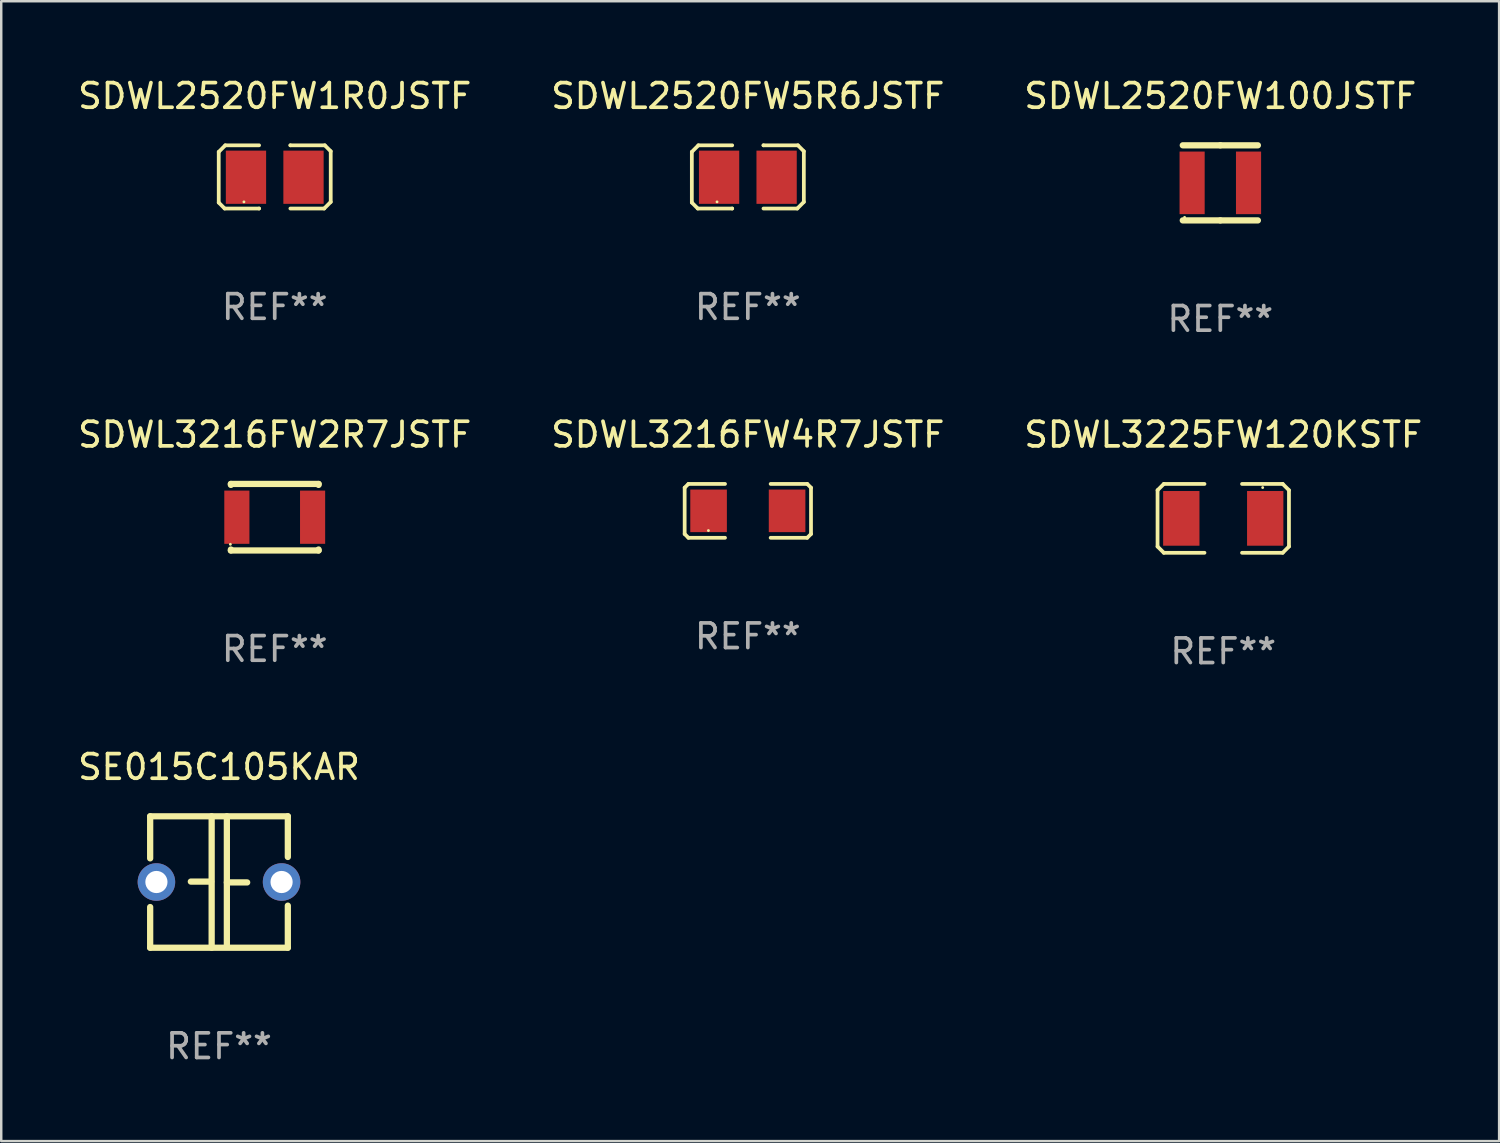
<source format=kicad_pcb>
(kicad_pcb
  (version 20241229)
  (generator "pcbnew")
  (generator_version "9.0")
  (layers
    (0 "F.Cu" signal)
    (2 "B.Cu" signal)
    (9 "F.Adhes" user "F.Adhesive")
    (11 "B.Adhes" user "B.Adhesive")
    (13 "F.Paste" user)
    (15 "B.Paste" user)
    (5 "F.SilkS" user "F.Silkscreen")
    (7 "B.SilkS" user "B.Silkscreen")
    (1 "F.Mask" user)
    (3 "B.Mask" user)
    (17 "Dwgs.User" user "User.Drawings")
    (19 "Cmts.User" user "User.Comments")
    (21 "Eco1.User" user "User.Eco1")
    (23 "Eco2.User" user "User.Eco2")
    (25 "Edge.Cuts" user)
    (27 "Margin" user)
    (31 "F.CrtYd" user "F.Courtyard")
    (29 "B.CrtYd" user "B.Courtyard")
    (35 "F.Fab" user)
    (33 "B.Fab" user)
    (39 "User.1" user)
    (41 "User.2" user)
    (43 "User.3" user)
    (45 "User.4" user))
  (footprint "SDWL2520FW1R0JSTF"
    (layer "F.Cu")
    (at 8.101 4.131)
    (property "Reference" "SDWL2520FW1R0JSTF" (at 0 -3.283 0) (layer "F.SilkS") (effects (font (size 1 1) (thickness 0.15))))
    (attr through_hole)
    (fp_line (start -2.273 -1.016) (end -2.007 -1.283) (stroke (width 0.152) (type solid)) (layer "F.SilkS"))
    (fp_line (start -2.273 1.041) (end -2.273 -1.016) (stroke (width 0.152) (type solid)) (layer "F.SilkS"))
    (fp_line (start -2.032 1.283) (end -2.273 1.041) (stroke (width 0.152) (type solid)) (layer "F.SilkS"))
    (fp_line (start -2.007 -1.283) (end -0.635 -1.283) (stroke (width 0.152) (type solid)) (layer "F.SilkS"))
    (fp_line (start -0.635 1.283) (end -2.032 1.283) (stroke (width 0.152) (type solid)) (layer "F.SilkS"))
    (fp_line (start -0.635 1.283) (end -0.635 1.283) (stroke (width 0.152) (type solid)) (layer "F.SilkS"))
    (fp_line (start 0.635 -1.283) (end 0.635 -1.283) (stroke (width 0.152) (type solid)) (layer "F.SilkS"))
    (fp_line (start 0.635 -1.283) (end 2.032 -1.283) (stroke (width 0.152) (type solid)) (layer "F.SilkS"))
    (fp_line (start 2.007 1.283) (end 0.635 1.283) (stroke (width 0.152) (type solid)) (layer "F.SilkS"))
    (fp_line (start 2.032 -1.283) (end 2.273 -1.041) (stroke (width 0.152) (type solid)) (layer "F.SilkS"))
    (fp_line (start 2.273 -1.041) (end 2.273 1.016) (stroke (width 0.152) (type solid)) (layer "F.SilkS"))
    (fp_line (start 2.273 1.016) (end 2.007 1.283) (stroke (width 0.152) (type solid)) (layer "F.SilkS"))
    (fp_circle (center -1.25 1.013) (end -1.22 1.013) (stroke (width 0.06) (type solid)) (fill no) (layer "F.SilkS"))
    (fp_text user "REF**" (at 0 5.283 0) (layer "F.Fab") (effects (font (size 1 1) (thickness 0.15))))
    (pad "1" smd rect (at -1.167 0.013) (size 1.635 2.16) (layers "F.Cu" "F.Mask" "F.Paste"))
    (pad "2" smd rect (at 1.168 0.013) (size 1.635 2.16) (layers "F.Cu" "F.Mask" "F.Paste")))
  (footprint "SDWL2520FW100JSTF"
    (layer "F.Cu")
    (at 46.482 4.372)
    (property "Reference" "SDWL2520FW100JSTF" (at 0 -3.524 0) (layer "F.SilkS") (effects (font (size 1 1) (thickness 0.15))))
    (attr through_hole)
    (fp_line (start -1.524 -1.524) (end 0 -1.524) (stroke (width 0.254) (type solid)) (layer "F.SilkS"))
    (fp_line (start 0 -1.524) (end 1.524 -1.524) (stroke (width 0.254) (type solid)) (layer "F.SilkS"))
    (fp_line (start 0 1.524) (end -1.524 1.524) (stroke (width 0.254) (type solid)) (layer "F.SilkS"))
    (fp_line (start 1.524 1.524) (end 0 1.524) (stroke (width 0.254) (type solid)) (layer "F.SilkS"))
    (fp_circle (center -1.45 1.4) (end -1.42 1.4) (stroke (width 0.06) (type solid)) (fill no) (layer "F.SilkS"))
    (fp_text user "REF**" (at 0 5.524 0) (layer "F.Fab") (effects (font (size 1 1) (thickness 0.15))))
    (pad "1" smd rect (at -1.145 0) (size 1.02 2.54) (layers "F.Cu" "F.Mask" "F.Paste"))
    (pad "2" smd rect (at 1.145 0) (size 1.02 2.54) (layers "F.Cu" "F.Mask" "F.Paste")))
  (footprint "SDWL2520FW5R6JSTF"
    (layer "F.Cu")
    (at 27.304 4.131)
    (property "Reference" "SDWL2520FW5R6JSTF" (at 0 -3.283 0) (layer "F.SilkS") (effects (font (size 1 1) (thickness 0.15))))
    (attr through_hole)
    (fp_line (start -2.273 -1.016) (end -2.007 -1.283) (stroke (width 0.152) (type solid)) (layer "F.SilkS"))
    (fp_line (start -2.273 1.041) (end -2.273 -1.016) (stroke (width 0.152) (type solid)) (layer "F.SilkS"))
    (fp_line (start -2.032 1.283) (end -2.273 1.041) (stroke (width 0.152) (type solid)) (layer "F.SilkS"))
    (fp_line (start -2.007 -1.283) (end -0.635 -1.283) (stroke (width 0.152) (type solid)) (layer "F.SilkS"))
    (fp_line (start -0.635 1.283) (end -2.032 1.283) (stroke (width 0.152) (type solid)) (layer "F.SilkS"))
    (fp_line (start -0.635 1.283) (end -0.635 1.283) (stroke (width 0.152) (type solid)) (layer "F.SilkS"))
    (fp_line (start 0.635 -1.283) (end 0.635 -1.283) (stroke (width 0.152) (type solid)) (layer "F.SilkS"))
    (fp_line (start 0.635 -1.283) (end 2.032 -1.283) (stroke (width 0.152) (type solid)) (layer "F.SilkS"))
    (fp_line (start 2.007 1.283) (end 0.635 1.283) (stroke (width 0.152) (type solid)) (layer "F.SilkS"))
    (fp_line (start 2.032 -1.283) (end 2.273 -1.041) (stroke (width 0.152) (type solid)) (layer "F.SilkS"))
    (fp_line (start 2.273 -1.041) (end 2.273 1.016) (stroke (width 0.152) (type solid)) (layer "F.SilkS"))
    (fp_line (start 2.273 1.016) (end 2.007 1.283) (stroke (width 0.152) (type solid)) (layer "F.SilkS"))
    (fp_circle (center -1.25 1.013) (end -1.22 1.013) (stroke (width 0.06) (type solid)) (fill no) (layer "F.SilkS"))
    (fp_text user "REF**" (at 0 5.283 0) (layer "F.Fab") (effects (font (size 1 1) (thickness 0.15))))
    (pad "1" smd rect (at -1.167 0.013) (size 1.635 2.16) (layers "F.Cu" "F.Mask" "F.Paste"))
    (pad "2" smd rect (at 1.168 0.013) (size 1.635 2.16) (layers "F.Cu" "F.Mask" "F.Paste")))
  (footprint "SDWL3216FW2R7JSTF"
    (layer "F.Cu")
    (at 8.101 17.943)
    (property "Reference" "SDWL3216FW2R7JSTF" (at 0 -3.35 0) (layer "F.SilkS") (effects (font (size 1 1) (thickness 0.15))))
    (attr through_hole)
    (fp_line (start -1.78 -1.35) (end 1.78 -1.35) (stroke (width 0.254) (type solid)) (layer "F.SilkS"))
    (fp_line (start -1.78 -1.311) (end -1.78 -1.35) (stroke (width 0.254) (type solid)) (layer "F.SilkS"))
    (fp_line (start -1.78 1.35) (end -1.78 1.311) (stroke (width 0.254) (type solid)) (layer "F.SilkS"))
    (fp_line (start -1.78 1.35) (end 1.78 1.35) (stroke (width 0.254) (type solid)) (layer "F.SilkS"))
    (fp_line (start 1.78 -1.35) (end 1.78 -1.311) (stroke (width 0.254) (type solid)) (layer "F.SilkS"))
    (fp_line (start 1.78 1.311) (end 1.78 1.35) (stroke (width 0.254) (type solid)) (layer "F.SilkS"))
    (fp_circle (center -1.8 1.1) (end -1.77 1.1) (stroke (width 0.06) (type solid)) (fill no) (layer "F.SilkS"))
    (fp_text user "REF**" (at 0 5.35 0) (layer "F.Fab") (effects (font (size 1 1) (thickness 0.15))))
    (pad "1" smd rect (at -1.537 0 90) (size 2.16 1.02) (layers "F.Cu" "F.Mask" "F.Paste"))
    (pad "2" smd rect (at 1.537 0 90) (size 2.16 1.02) (layers "F.Cu" "F.Mask" "F.Paste")))
  (footprint "SDWL3225FW120KSTF"
    (layer "F.Cu")
    (at 46.601 17.99)
    (property "Reference" "SDWL3225FW120KSTF" (at 0 -3.397 0) (layer "F.SilkS") (effects (font (size 1 1) (thickness 0.15))))
    (attr through_hole)
    (fp_line (start -2.667 -1.143) (end -2.413 -1.397) (stroke (width 0.152) (type solid)) (layer "F.SilkS"))
    (fp_line (start -2.667 1.143) (end -2.667 -1.143) (stroke (width 0.152) (type solid)) (layer "F.SilkS"))
    (fp_line (start -2.413 -1.397) (end -0.762 -1.397) (stroke (width 0.152) (type solid)) (layer "F.SilkS"))
    (fp_line (start -2.413 1.397) (end -2.667 1.143) (stroke (width 0.152) (type solid)) (layer "F.SilkS"))
    (fp_line (start -0.762 1.397) (end -2.413 1.397) (stroke (width 0.152) (type solid)) (layer "F.SilkS"))
    (fp_line (start 0.762 -1.397) (end 2.413 -1.397) (stroke (width 0.152) (type solid)) (layer "F.SilkS"))
    (fp_line (start 2.413 -1.397) (end 2.667 -1.143) (stroke (width 0.152) (type solid)) (layer "F.SilkS"))
    (fp_line (start 2.413 1.397) (end 0.762 1.397) (stroke (width 0.152) (type solid)) (layer "F.SilkS"))
    (fp_line (start 2.667 -1.143) (end 2.667 1.143) (stroke (width 0.152) (type solid)) (layer "F.SilkS"))
    (fp_line (start 2.667 1.143) (end 2.413 1.397) (stroke (width 0.152) (type solid)) (layer "F.SilkS"))
    (fp_circle (center 1.6 -1.25) (end 1.63 -1.25) (stroke (width 0.06) (type solid)) (fill no) (layer "F.SilkS"))
    (fp_text user "REF**" (at 0 5.397 0) (layer "F.Fab") (effects (font (size 1 1) (thickness 0.15))))
    (pad "1" smd rect (at 1.703 0) (size 1.474 2.22) (layers "F.Cu" "F.Mask" "F.Paste"))
    (pad "2" smd rect (at -1.703 0) (size 1.474 2.22) (layers "F.Cu" "F.Mask" "F.Paste")))
  (footprint "SE015C105KAR"
    (layer "F.Cu")
    (at 5.839 32.75)
    (property "Reference" "SE015C105KAR" (at 0 -4.667 0) (layer "F.SilkS") (effects (font (size 1 1) (thickness 0.15))))
    (attr through_hole)
    (fp_line (start -2.794 -2.667) (end -2.794 -0.96) (stroke (width 0.254) (type solid)) (layer "F.SilkS"))
    (fp_line (start -2.794 1.016) (end -2.794 2.667) (stroke (width 0.254) (type solid)) (layer "F.SilkS"))
    (fp_line (start -2.794 2.667) (end 2.794 2.667) (stroke (width 0.254) (type solid)) (layer "F.SilkS"))
    (fp_line (start -0.319 -0.017) (end -1.143 -0.017) (stroke (width 0.254) (type solid)) (layer "F.SilkS"))
    (fp_line (start -0.298 -2.667) (end -0.298 2.667) (stroke (width 0.254) (type solid)) (layer "F.SilkS"))
    (fp_line (start 0.319 -2.667) (end 0.319 2.54) (stroke (width 0.254) (type solid)) (layer "F.SilkS"))
    (fp_line (start 0.319 0.017) (end 1.143 0.017) (stroke (width 0.254) (type solid)) (layer "F.SilkS"))
    (fp_line (start 2.794 -2.667) (end -2.794 -2.667) (stroke (width 0.254) (type solid)) (layer "F.SilkS"))
    (fp_line (start 2.794 -1.016) (end 2.794 -2.667) (stroke (width 0.254) (type solid)) (layer "F.SilkS"))
    (fp_line (start 2.794 2.667) (end 2.794 0.96) (stroke (width 0.254) (type solid)) (layer "F.SilkS"))
    (fp_circle (center -2.79 2.55) (end -2.76 2.55) (stroke (width 0.06) (type solid)) (fill no) (layer "F.SilkS"))
    (fp_text user "REF**" (at 0 6.667 0) (layer "F.Fab") (effects (font (size 1 1) (thickness 0.15))))
    (pad "1" thru_hole circle (at -2.54 0) (size 1.524 1.524) (drill 0.9) (layers "*.Cu" "*.Mask"))
    (pad "2" thru_hole circle (at 2.54 0) (size 1.524 1.524) (drill 0.9) (layers "*.Cu" "*.Mask")))
  (footprint "SDWL3216FW4R7JSTF"
    (layer "F.Cu")
    (at 27.304 17.685)
    (property "Reference" "SDWL3216FW4R7JSTF" (at 0 -3.093 0) (layer "F.SilkS") (effects (font (size 1 1) (thickness 0.15))))
    (attr through_hole)
    (fp_line (start -2.564 -0.94) (end -2.411 -1.093) (stroke (width 0.152) (type solid)) (layer "F.SilkS"))
    (fp_line (start -2.564 0.94) (end -2.564 -0.94) (stroke (width 0.152) (type solid)) (layer "F.SilkS"))
    (fp_line (start -2.411 -1.093) (end -0.926 -1.093) (stroke (width 0.152) (type solid)) (layer "F.SilkS"))
    (fp_line (start -2.411 1.093) (end -2.564 0.94) (stroke (width 0.152) (type solid)) (layer "F.SilkS"))
    (fp_line (start -0.926 1.093) (end -2.411 1.093) (stroke (width 0.152) (type solid)) (layer "F.SilkS"))
    (fp_line (start 0.926 1.093) (end 2.411 1.093) (stroke (width 0.152) (type solid)) (layer "F.SilkS"))
    (fp_line (start 2.411 -1.093) (end 0.926 -1.093) (stroke (width 0.152) (type solid)) (layer "F.SilkS"))
    (fp_line (start 2.411 1.093) (end 2.564 0.94) (stroke (width 0.152) (type solid)) (layer "F.SilkS"))
    (fp_line (start 2.564 -0.94) (end 2.411 -1.093) (stroke (width 0.152) (type solid)) (layer "F.SilkS"))
    (fp_line (start 2.564 0.94) (end 2.564 -0.94) (stroke (width 0.152) (type solid)) (layer "F.SilkS"))
    (fp_circle (center -1.6 0.8) (end -1.57 0.8) (stroke (width 0.06) (type solid)) (fill no) (layer "F.SilkS"))
    (fp_text user "REF**" (at 0 5.093 0) (layer "F.Fab") (effects (font (size 1 1) (thickness 0.15))))
    (pad "1" smd rect (at -1.593 0) (size 1.485 1.728) (layers "F.Cu" "F.Mask" "F.Paste"))
    (pad "2" smd rect (at 1.593 0) (size 1.485 1.728) (layers "F.Cu" "F.Mask" "F.Paste")))
  (gr_rect
    (start -3 -3)
    (end 57.798 43.266)
    (stroke (width 0.1) (type default))
    (fill no)
    (layer "Edge.Cuts")))
</source>
